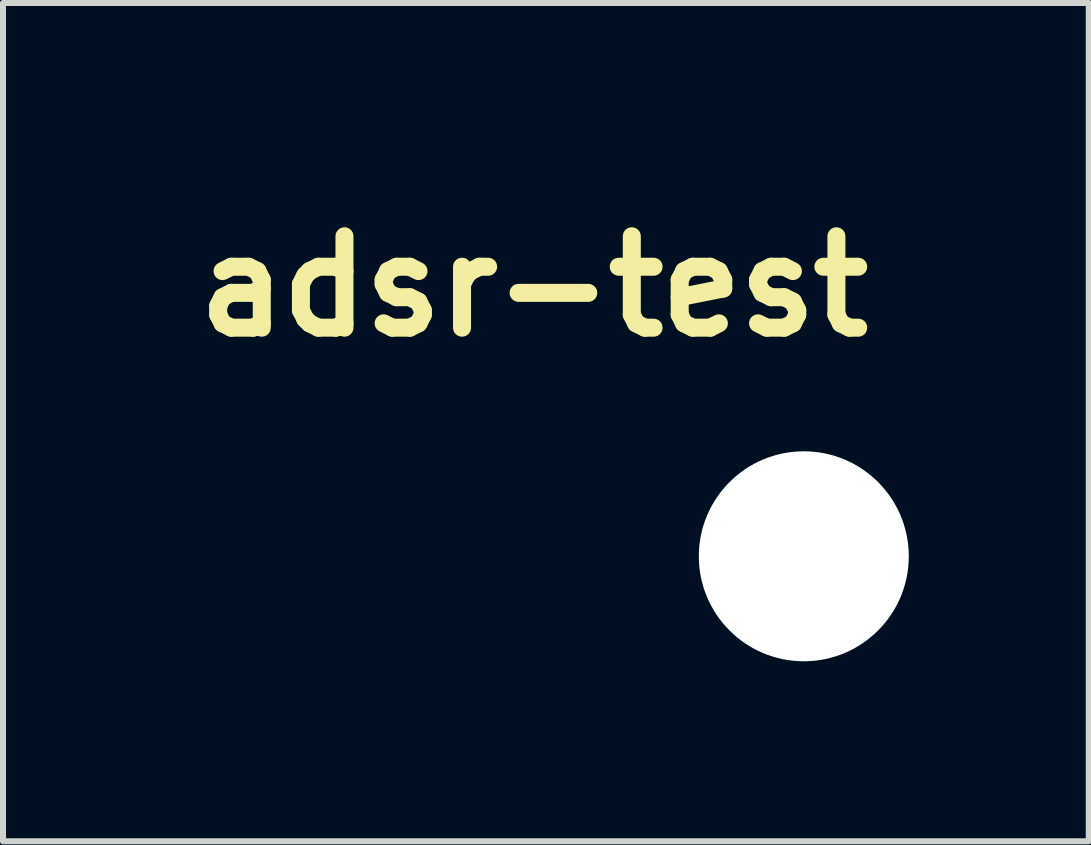
<source format=kicad_pcb>
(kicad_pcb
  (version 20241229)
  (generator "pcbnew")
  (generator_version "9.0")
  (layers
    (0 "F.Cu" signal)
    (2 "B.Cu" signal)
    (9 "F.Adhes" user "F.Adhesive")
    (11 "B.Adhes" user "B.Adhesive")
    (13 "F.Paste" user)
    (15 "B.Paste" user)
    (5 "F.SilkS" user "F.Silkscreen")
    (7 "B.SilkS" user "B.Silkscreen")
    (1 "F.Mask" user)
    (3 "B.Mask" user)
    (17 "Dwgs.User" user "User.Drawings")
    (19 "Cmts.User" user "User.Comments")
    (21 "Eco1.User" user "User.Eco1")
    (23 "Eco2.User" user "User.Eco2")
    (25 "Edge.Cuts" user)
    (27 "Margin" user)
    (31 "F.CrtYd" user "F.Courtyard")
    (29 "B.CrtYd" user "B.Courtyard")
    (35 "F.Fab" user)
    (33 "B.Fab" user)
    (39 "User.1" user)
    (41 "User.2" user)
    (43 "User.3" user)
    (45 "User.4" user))
  (footprint "adsr-test"
    (layer "F.Cu")
    (at 10.349 6.223)
    (property "Reference" "adsr-test" (at -4.5 -4.5 0) (layer "F.SilkS") (effects (font (size 1.524 1.524) (thickness 0.3))))
    (attr through_hole)
    (fp_poly (pts (xy -6.465 -6.21) (xy -6.415 -6.188) (xy -6.37 -6.154) (xy -6.334 -6.108) (xy -6.323 -6.087) (xy -6.303 -6.045) (xy -6.303 -2.955) (xy -6.323 -2.913) (xy -6.357 -2.86) (xy -6.403 -2.819) (xy -6.438 -2.799) (xy -6.445 -2.797) (xy -6.452 -2.794) (xy -6.461 -2.792) (xy -6.473 -2.79) (xy -6.488 -2.788) (xy -6.508 -2.787) (xy -6.534 -2.786) (xy -6.567 -2.785) (xy -6.607 -2.784) (xy -6.657 -2.783) (xy -6.717 -2.783) (xy -6.788 -2.783) (xy -6.871 -2.782) (xy -6.967 -2.782) (xy -7.077 -2.782) (xy -7.203 -2.782) (xy -7.272 -2.782) (xy -7.406 -2.782) (xy -7.524 -2.782) (xy -7.627 -2.782) (xy -7.717 -2.782) (xy -7.793 -2.783) (xy -7.859 -2.783) (xy -7.913 -2.784) (xy -7.958 -2.784) (xy -7.995 -2.785) (xy -8.024 -2.786) (xy -8.047 -2.787) (xy -8.064 -2.789) (xy -8.077 -2.791) (xy -8.087 -2.793) (xy -8.095 -2.795) (xy -8.102 -2.798) (xy -8.106 -2.799) (xy -8.158 -2.832) (xy -8.198 -2.875) (xy -8.226 -2.926) (xy -8.24 -2.983) (xy -8.241 -3.004) (xy -8.241 -3.01) (xy -8.24 -3.016) (xy -8.239 -3.024) (xy -8.236 -3.033) (xy -8.232 -3.045) (xy -8.227 -3.06) (xy -8.219 -3.078) (xy -8.209 -3.101) (xy -8.197 -3.128) (xy -8.182 -3.161) (xy -8.163 -3.201) (xy -8.141 -3.247) (xy -8.115 -3.3) (xy -8.084 -3.362) (xy -8.05 -3.432) (xy -8.01 -3.512) (xy -7.966 -3.602) (xy -7.916 -3.702) (xy -7.86 -3.813) (xy -7.799 -3.937) (xy -7.731 -4.073) (xy -7.656 -4.222) (xy -7.575 -4.385) (xy -7.486 -4.562) (xy -7.472 -4.591) (xy -7.376 -4.783) (xy -7.287 -4.96) (xy -7.205 -5.123) (xy -7.13 -5.272) (xy -7.062 -5.408) (xy -7 -5.531) (xy -6.945 -5.641) (xy -6.895 -5.739) (xy -6.851 -5.826) (xy -6.812 -5.901) (xy -6.779 -5.966) (xy -6.75 -6.02) (xy -6.727 -6.065) (xy -6.707 -6.1) (xy -6.693 -6.127) (xy -6.682 -6.145) (xy -6.675 -6.155) (xy -6.674 -6.156) (xy -6.626 -6.191) (xy -6.574 -6.212) (xy -6.519 -6.218) (xy -6.465 -6.21)) (stroke (width 0.01) (type solid)) (fill yes) (layer "F.Mask"))
    (fp_poly (pts (xy -2.392 -4.705) (xy -2.383 -4.701) (xy -2.374 -4.695) (xy -2.359 -4.684) (xy -2.339 -4.666) (xy -2.312 -4.641) (xy -2.278 -4.609) (xy -2.237 -4.57) (xy -2.187 -4.522) (xy -2.13 -4.466) (xy -2.063 -4.401) (xy -1.987 -4.326) (xy -1.901 -4.241) (xy -1.804 -4.146) (xy -1.697 -4.039) (xy -1.578 -3.921) (xy -1.568 -3.911) (xy -1.453 -3.796) (xy -1.349 -3.693) (xy -1.256 -3.6) (xy -1.173 -3.517) (xy -1.099 -3.443) (xy -1.035 -3.379) (xy -0.979 -3.322) (xy -0.931 -3.272) (xy -0.89 -3.23) (xy -0.856 -3.193) (xy -0.828 -3.162) (xy -0.805 -3.135) (xy -0.787 -3.113) (xy -0.774 -3.094) (xy -0.764 -3.078) (xy -0.758 -3.064) (xy -0.754 -3.051) (xy -0.751 -3.039) (xy -0.751 -3.027) (xy -0.751 -3.015) (xy -0.751 -3.002) (xy -0.759 -2.945) (xy -0.782 -2.892) (xy -0.818 -2.846) (xy -0.866 -2.81) (xy -0.886 -2.799) (xy -0.893 -2.797) (xy -0.9 -2.794) (xy -0.909 -2.792) (xy -0.92 -2.79) (xy -0.936 -2.788) (xy -0.956 -2.787) (xy -0.982 -2.786) (xy -1.014 -2.785) (xy -1.055 -2.784) (xy -1.105 -2.783) (xy -1.164 -2.783) (xy -1.235 -2.783) (xy -1.318 -2.782) (xy -1.415 -2.782) (xy -1.525 -2.782) (xy -1.651 -2.782) (xy -1.72 -2.782) (xy -1.854 -2.782) (xy -1.972 -2.782) (xy -2.075 -2.782) (xy -2.164 -2.782) (xy -2.241 -2.783) (xy -2.306 -2.783) (xy -2.361 -2.784) (xy -2.406 -2.784) (xy -2.442 -2.785) (xy -2.472 -2.786) (xy -2.494 -2.787) (xy -2.512 -2.789) (xy -2.525 -2.791) (xy -2.535 -2.793) (xy -2.543 -2.795) (xy -2.55 -2.798) (xy -2.553 -2.799) (xy -2.606 -2.832) (xy -2.648 -2.878) (xy -2.669 -2.913) (xy -2.689 -2.955) (xy -2.689 -3.746) (xy -2.689 -3.891) (xy -2.688 -4.02) (xy -2.688 -4.134) (xy -2.688 -4.232) (xy -2.687 -4.317) (xy -2.686 -4.388) (xy -2.685 -4.446) (xy -2.684 -4.493) (xy -2.683 -4.528) (xy -2.681 -4.552) (xy -2.679 -4.566) (xy -2.679 -4.569) (xy -2.661 -4.606) (xy -2.632 -4.643) (xy -2.596 -4.676) (xy -2.558 -4.7) (xy -2.503 -4.717) (xy -2.446 -4.719) (xy -2.392 -4.705)) (stroke (width 0.01) (type solid)) (fill yes) (layer "F.Mask"))
    (fp_poly (pts (xy -5.163 -6.214) (xy -5.11 -6.198) (xy -5.062 -6.168) (xy -5.042 -6.15) (xy -5.035 -6.14) (xy -5.024 -6.122) (xy -5.009 -6.095) (xy -4.99 -6.058) (xy -4.966 -6.011) (xy -4.938 -5.953) (xy -4.904 -5.883) (xy -4.864 -5.8) (xy -4.819 -5.705) (xy -4.767 -5.596) (xy -4.709 -5.472) (xy -4.685 -5.422) (xy -4.357 -4.724) (xy -4.02 -4.72) (xy -3.935 -4.719) (xy -3.866 -4.718) (xy -3.81 -4.717) (xy -3.766 -4.716) (xy -3.732 -4.714) (xy -3.707 -4.713) (xy -3.688 -4.71) (xy -3.674 -4.708) (xy -3.663 -4.704) (xy -3.654 -4.7) (xy -3.649 -4.698) (xy -3.6 -4.662) (xy -3.561 -4.615) (xy -3.544 -4.585) (xy -3.541 -4.578) (xy -3.539 -4.571) (xy -3.537 -4.562) (xy -3.535 -4.55) (xy -3.533 -4.535) (xy -3.532 -4.515) (xy -3.53 -4.489) (xy -3.529 -4.456) (xy -3.529 -4.416) (xy -3.528 -4.366) (xy -3.528 -4.306) (xy -3.527 -4.235) (xy -3.527 -4.152) (xy -3.527 -4.056) (xy -3.527 -3.945) (xy -3.527 -3.819) (xy -3.527 -3.751) (xy -3.527 -2.955) (xy -3.547 -2.913) (xy -3.581 -2.86) (xy -3.627 -2.819) (xy -3.662 -2.799) (xy -3.669 -2.796) (xy -3.676 -2.794) (xy -3.685 -2.792) (xy -3.697 -2.79) (xy -3.712 -2.788) (xy -3.733 -2.787) (xy -3.759 -2.786) (xy -3.792 -2.785) (xy -3.833 -2.784) (xy -3.884 -2.783) (xy -3.944 -2.783) (xy -4.016 -2.783) (xy -4.101 -2.783) (xy -4.198 -2.783) (xy -4.311 -2.783) (xy -4.439 -2.783) (xy -4.47 -2.783) (xy -4.584 -2.783) (xy -4.692 -2.783) (xy -4.795 -2.784) (xy -4.891 -2.784) (xy -4.978 -2.785) (xy -5.056 -2.785) (xy -5.124 -2.786) (xy -5.179 -2.787) (xy -5.222 -2.788) (xy -5.249 -2.789) (xy -5.262 -2.79) (xy -5.262 -2.79) (xy -5.316 -2.815) (xy -5.363 -2.853) (xy -5.4 -2.903) (xy -5.403 -2.909) (xy -5.404 -2.913) (xy -5.406 -2.918) (xy -5.408 -2.925) (xy -5.409 -2.934) (xy -5.411 -2.947) (xy -5.412 -2.964) (xy -5.413 -2.985) (xy -5.414 -3.012) (xy -5.415 -3.045) (xy -5.415 -3.085) (xy -5.416 -3.132) (xy -5.416 -3.188) (xy -5.417 -3.253) (xy -5.417 -3.328) (xy -5.418 -3.413) (xy -5.418 -3.51) (xy -5.418 -3.619) (xy -5.418 -3.74) (xy -5.418 -3.875) (xy -5.418 -4.025) (xy -5.418 -4.189) (xy -5.418 -4.369) (xy -5.418 -4.5) (xy -5.418 -6.062) (xy -5.4 -6.096) (xy -5.365 -6.145) (xy -5.321 -6.181) (xy -5.271 -6.205) (xy -5.218 -6.216) (xy -5.163 -6.214)) (stroke (width 0.01) (type solid)) (fill yes) (layer "F.Mask"))
    (fp_poly (pts (xy -6.465 -6.21) (xy -6.415 -6.188) (xy -6.37 -6.154) (xy -6.334 -6.108) (xy -6.323 -6.087) (xy -6.303 -6.045) (xy -6.303 -2.955) (xy -6.323 -2.913) (xy -6.357 -2.86) (xy -6.403 -2.819) (xy -6.438 -2.799) (xy -6.445 -2.797) (xy -6.452 -2.794) (xy -6.461 -2.792) (xy -6.473 -2.79) (xy -6.488 -2.788) (xy -6.508 -2.787) (xy -6.534 -2.786) (xy -6.567 -2.785) (xy -6.607 -2.784) (xy -6.657 -2.783) (xy -6.717 -2.783) (xy -6.788 -2.783) (xy -6.871 -2.782) (xy -6.967 -2.782) (xy -7.077 -2.782) (xy -7.203 -2.782) (xy -7.272 -2.782) (xy -7.406 -2.782) (xy -7.524 -2.782) (xy -7.627 -2.782) (xy -7.717 -2.782) (xy -7.793 -2.783) (xy -7.859 -2.783) (xy -7.913 -2.784) (xy -7.958 -2.784) (xy -7.995 -2.785) (xy -8.024 -2.786) (xy -8.047 -2.787) (xy -8.064 -2.789) (xy -8.077 -2.791) (xy -8.087 -2.793) (xy -8.095 -2.795) (xy -8.102 -2.798) (xy -8.106 -2.799) (xy -8.158 -2.832) (xy -8.198 -2.875) (xy -8.226 -2.926) (xy -8.24 -2.983) (xy -8.241 -3.004) (xy -8.241 -3.01) (xy -8.24 -3.016) (xy -8.239 -3.024) (xy -8.236 -3.033) (xy -8.232 -3.045) (xy -8.227 -3.06) (xy -8.219 -3.078) (xy -8.209 -3.101) (xy -8.197 -3.128) (xy -8.182 -3.161) (xy -8.163 -3.201) (xy -8.141 -3.247) (xy -8.115 -3.3) (xy -8.084 -3.362) (xy -8.05 -3.432) (xy -8.01 -3.512) (xy -7.966 -3.602) (xy -7.916 -3.702) (xy -7.86 -3.813) (xy -7.799 -3.937) (xy -7.731 -4.073) (xy -7.656 -4.222) (xy -7.575 -4.385) (xy -7.486 -4.562) (xy -7.472 -4.591) (xy -7.376 -4.783) (xy -7.287 -4.96) (xy -7.205 -5.123) (xy -7.13 -5.272) (xy -7.062 -5.408) (xy -7 -5.531) (xy -6.945 -5.641) (xy -6.895 -5.739) (xy -6.851 -5.826) (xy -6.812 -5.901) (xy -6.779 -5.966) (xy -6.75 -6.02) (xy -6.727 -6.065) (xy -6.707 -6.1) (xy -6.693 -6.127) (xy -6.682 -6.145) (xy -6.675 -6.155) (xy -6.674 -6.156) (xy -6.626 -6.191) (xy -6.574 -6.212) (xy -6.519 -6.218) (xy -6.465 -6.21)) (stroke (width 0.01) (type solid)) (fill yes) (layer "B.Mask"))
    (fp_poly (pts (xy -2.392 -4.705) (xy -2.383 -4.701) (xy -2.374 -4.695) (xy -2.359 -4.684) (xy -2.339 -4.666) (xy -2.312 -4.641) (xy -2.278 -4.609) (xy -2.237 -4.57) (xy -2.187 -4.522) (xy -2.13 -4.466) (xy -2.063 -4.401) (xy -1.987 -4.326) (xy -1.901 -4.241) (xy -1.804 -4.146) (xy -1.697 -4.039) (xy -1.578 -3.921) (xy -1.568 -3.911) (xy -1.453 -3.796) (xy -1.349 -3.693) (xy -1.256 -3.6) (xy -1.173 -3.517) (xy -1.099 -3.443) (xy -1.035 -3.379) (xy -0.979 -3.322) (xy -0.931 -3.272) (xy -0.89 -3.23) (xy -0.856 -3.193) (xy -0.828 -3.162) (xy -0.805 -3.135) (xy -0.787 -3.113) (xy -0.774 -3.094) (xy -0.764 -3.078) (xy -0.758 -3.064) (xy -0.754 -3.051) (xy -0.751 -3.039) (xy -0.751 -3.027) (xy -0.751 -3.015) (xy -0.751 -3.002) (xy -0.759 -2.945) (xy -0.782 -2.892) (xy -0.818 -2.846) (xy -0.866 -2.81) (xy -0.886 -2.799) (xy -0.893 -2.797) (xy -0.9 -2.794) (xy -0.909 -2.792) (xy -0.92 -2.79) (xy -0.936 -2.788) (xy -0.956 -2.787) (xy -0.982 -2.786) (xy -1.014 -2.785) (xy -1.055 -2.784) (xy -1.105 -2.783) (xy -1.164 -2.783) (xy -1.235 -2.783) (xy -1.318 -2.782) (xy -1.415 -2.782) (xy -1.525 -2.782) (xy -1.651 -2.782) (xy -1.72 -2.782) (xy -1.854 -2.782) (xy -1.972 -2.782) (xy -2.075 -2.782) (xy -2.164 -2.782) (xy -2.241 -2.783) (xy -2.306 -2.783) (xy -2.361 -2.784) (xy -2.406 -2.784) (xy -2.442 -2.785) (xy -2.472 -2.786) (xy -2.494 -2.787) (xy -2.512 -2.789) (xy -2.525 -2.791) (xy -2.535 -2.793) (xy -2.543 -2.795) (xy -2.55 -2.798) (xy -2.553 -2.799) (xy -2.606 -2.832) (xy -2.648 -2.878) (xy -2.669 -2.913) (xy -2.689 -2.955) (xy -2.689 -3.746) (xy -2.689 -3.891) (xy -2.688 -4.02) (xy -2.688 -4.134) (xy -2.688 -4.232) (xy -2.687 -4.317) (xy -2.686 -4.388) (xy -2.685 -4.446) (xy -2.684 -4.493) (xy -2.683 -4.528) (xy -2.681 -4.552) (xy -2.679 -4.566) (xy -2.679 -4.569) (xy -2.661 -4.606) (xy -2.632 -4.643) (xy -2.596 -4.676) (xy -2.558 -4.7) (xy -2.503 -4.717) (xy -2.446 -4.719) (xy -2.392 -4.705)) (stroke (width 0.01) (type solid)) (fill yes) (layer "B.Mask"))
    (fp_poly (pts (xy -5.163 -6.214) (xy -5.11 -6.198) (xy -5.062 -6.168) (xy -5.042 -6.15) (xy -5.035 -6.14) (xy -5.024 -6.122) (xy -5.009 -6.095) (xy -4.99 -6.058) (xy -4.966 -6.011) (xy -4.938 -5.953) (xy -4.904 -5.883) (xy -4.864 -5.8) (xy -4.819 -5.705) (xy -4.767 -5.596) (xy -4.709 -5.472) (xy -4.685 -5.422) (xy -4.357 -4.724) (xy -4.02 -4.72) (xy -3.935 -4.719) (xy -3.866 -4.718) (xy -3.81 -4.717) (xy -3.766 -4.716) (xy -3.732 -4.714) (xy -3.707 -4.713) (xy -3.688 -4.71) (xy -3.674 -4.708) (xy -3.663 -4.704) (xy -3.654 -4.7) (xy -3.649 -4.698) (xy -3.6 -4.662) (xy -3.561 -4.615) (xy -3.544 -4.585) (xy -3.541 -4.578) (xy -3.539 -4.571) (xy -3.537 -4.562) (xy -3.535 -4.55) (xy -3.533 -4.535) (xy -3.532 -4.515) (xy -3.53 -4.489) (xy -3.529 -4.456) (xy -3.529 -4.416) (xy -3.528 -4.366) (xy -3.528 -4.306) (xy -3.527 -4.235) (xy -3.527 -4.152) (xy -3.527 -4.056) (xy -3.527 -3.945) (xy -3.527 -3.819) (xy -3.527 -3.751) (xy -3.527 -2.955) (xy -3.547 -2.913) (xy -3.581 -2.86) (xy -3.627 -2.819) (xy -3.662 -2.799) (xy -3.669 -2.796) (xy -3.676 -2.794) (xy -3.685 -2.792) (xy -3.697 -2.79) (xy -3.712 -2.788) (xy -3.733 -2.787) (xy -3.759 -2.786) (xy -3.792 -2.785) (xy -3.833 -2.784) (xy -3.884 -2.783) (xy -3.944 -2.783) (xy -4.016 -2.783) (xy -4.101 -2.783) (xy -4.198 -2.783) (xy -4.311 -2.783) (xy -4.439 -2.783) (xy -4.47 -2.783) (xy -4.584 -2.783) (xy -4.692 -2.783) (xy -4.795 -2.784) (xy -4.891 -2.784) (xy -4.978 -2.785) (xy -5.056 -2.785) (xy -5.124 -2.786) (xy -5.179 -2.787) (xy -5.222 -2.788) (xy -5.249 -2.789) (xy -5.262 -2.79) (xy -5.262 -2.79) (xy -5.316 -2.815) (xy -5.363 -2.853) (xy -5.4 -2.903) (xy -5.403 -2.909) (xy -5.404 -2.913) (xy -5.406 -2.918) (xy -5.408 -2.925) (xy -5.409 -2.934) (xy -5.411 -2.947) (xy -5.412 -2.964) (xy -5.413 -2.985) (xy -5.414 -3.012) (xy -5.415 -3.045) (xy -5.415 -3.085) (xy -5.416 -3.132) (xy -5.416 -3.188) (xy -5.417 -3.253) (xy -5.417 -3.328) (xy -5.418 -3.413) (xy -5.418 -3.51) (xy -5.418 -3.619) (xy -5.418 -3.74) (xy -5.418 -3.875) (xy -5.418 -4.025) (xy -5.418 -4.189) (xy -5.418 -4.369) (xy -5.418 -4.5) (xy -5.418 -6.062) (xy -5.4 -6.096) (xy -5.365 -6.145) (xy -5.321 -6.181) (xy -5.271 -6.205) (xy -5.218 -6.216) (xy -5.163 -6.214)) (stroke (width 0.01) (type solid)) (fill yes) (layer "B.Mask"))
    (pad "" np_thru_hole circle (at 0 0) (size 3.5 3.5) (drill 3.5) (layers "*.Cu" "*.Mask")))
  (gr_rect
    (start -3 -3)
    (end 15.099 10.973)
    (stroke (width 0.1) (type default))
    (fill no)
    (layer "Edge.Cuts")))
</source>
